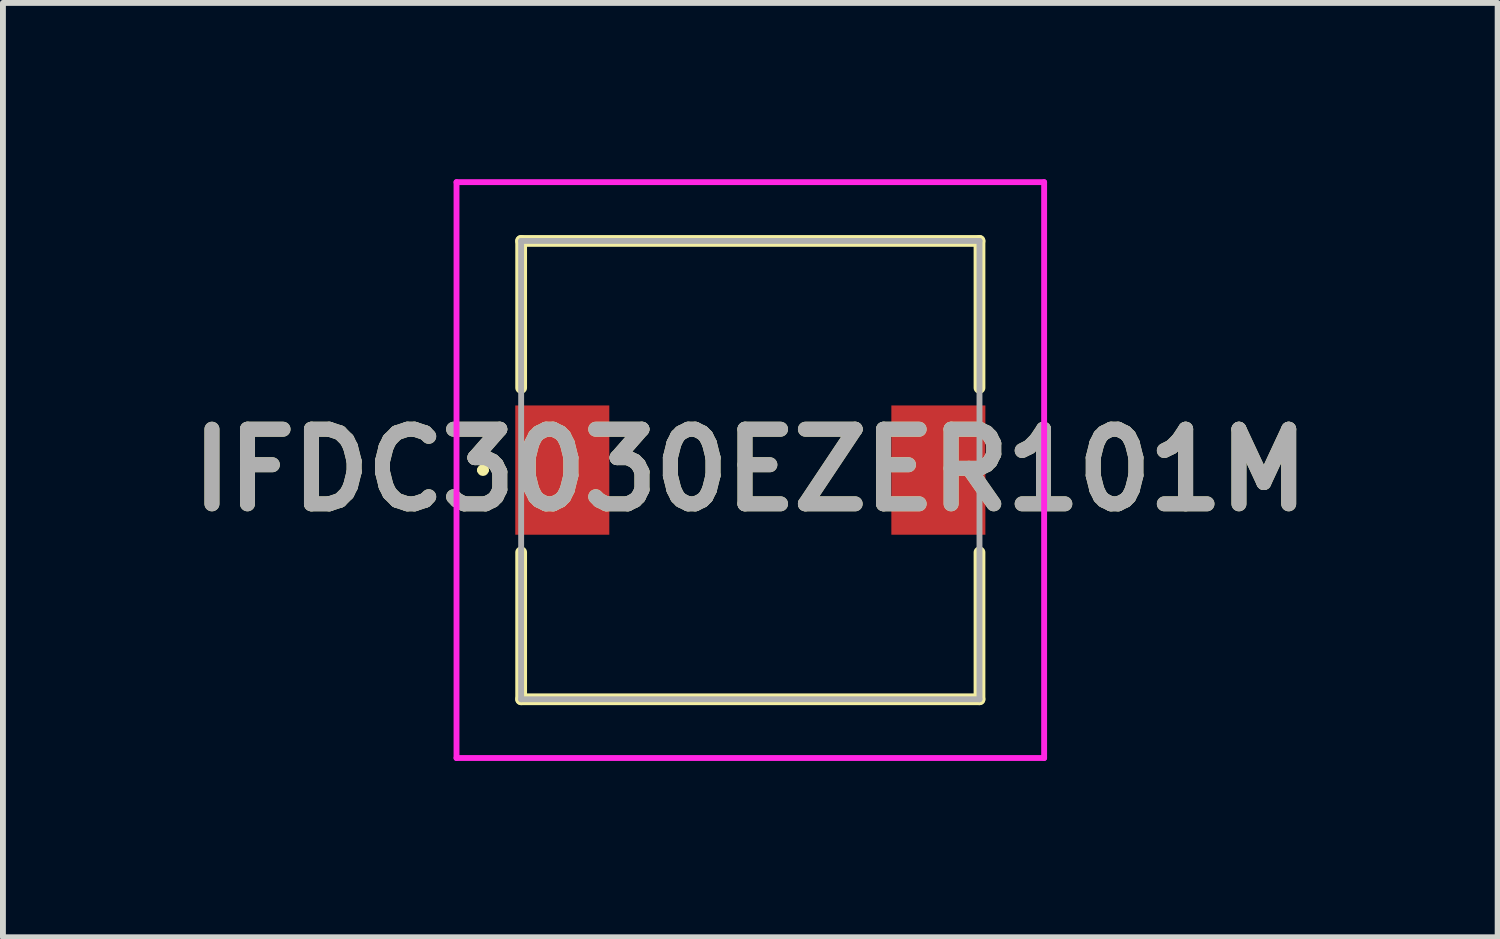
<source format=kicad_pcb>
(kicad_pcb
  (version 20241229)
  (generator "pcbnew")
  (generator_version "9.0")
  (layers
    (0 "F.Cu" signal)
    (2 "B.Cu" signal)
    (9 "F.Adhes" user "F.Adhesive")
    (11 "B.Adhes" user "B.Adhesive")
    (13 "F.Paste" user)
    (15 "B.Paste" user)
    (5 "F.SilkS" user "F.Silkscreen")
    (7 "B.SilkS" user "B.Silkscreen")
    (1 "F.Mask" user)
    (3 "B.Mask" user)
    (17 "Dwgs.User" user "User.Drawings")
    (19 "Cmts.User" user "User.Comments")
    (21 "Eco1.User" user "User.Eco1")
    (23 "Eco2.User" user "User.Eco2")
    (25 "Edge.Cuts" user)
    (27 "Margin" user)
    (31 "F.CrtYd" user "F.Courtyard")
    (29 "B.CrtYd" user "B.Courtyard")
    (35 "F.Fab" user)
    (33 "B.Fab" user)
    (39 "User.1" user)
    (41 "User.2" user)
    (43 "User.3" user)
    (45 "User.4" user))
  (footprint "IFDC3030EZER101M"
    (layer "F.Cu")
    (at 9.719 4.95)
    (property "Reference" "IFDC3030EZER101M" (at 0 0 0) (layer "F.SilkS") (effects (font (size 1.27 1.27) (thickness 0.254))))
    (attr smd)
    (fp_line (start -4.6 0) (end -4.6 0) (stroke (width 0.1) (type solid)) (layer "F.SilkS"))
    (fp_line (start -4.5 0) (end -4.5 0) (stroke (width 0.1) (type solid)) (layer "F.SilkS"))
    (fp_line (start -3.9 -3.9) (end 3.9 -3.9) (stroke (width 0.2) (type solid)) (layer "F.SilkS"))
    (fp_line (start -3.9 -1.4) (end -3.9 -3.9) (stroke (width 0.2) (type solid)) (layer "F.SilkS"))
    (fp_line (start -3.9 3.9) (end -3.9 1.4) (stroke (width 0.2) (type solid)) (layer "F.SilkS"))
    (fp_line (start 3.9 -3.9) (end 3.9 -1.4) (stroke (width 0.2) (type solid)) (layer "F.SilkS"))
    (fp_line (start 3.9 1.4) (end 3.9 3.9) (stroke (width 0.2) (type solid)) (layer "F.SilkS"))
    (fp_line (start 3.9 3.9) (end -3.9 3.9) (stroke (width 0.2) (type solid)) (layer "F.SilkS"))
    (fp_arc (start -4.6 0) (mid -4.55 -0.05) (end -4.5 0) (stroke (width 0.1) (type solid)) (layer "F.SilkS"))
    (fp_arc (start -4.5 0) (mid -4.55 0.05) (end -4.6 0) (stroke (width 0.1) (type solid)) (layer "F.SilkS"))
    (fp_line (start -5 -4.9) (end 5 -4.9) (stroke (width 0.1) (type solid)) (layer "F.CrtYd"))
    (fp_line (start -5 4.9) (end -5 -4.9) (stroke (width 0.1) (type solid)) (layer "F.CrtYd"))
    (fp_line (start 5 -4.9) (end 5 4.9) (stroke (width 0.1) (type solid)) (layer "F.CrtYd"))
    (fp_line (start 5 4.9) (end -5 4.9) (stroke (width 0.1) (type solid)) (layer "F.CrtYd"))
    (fp_line (start -3.9 -3.9) (end 3.9 -3.9) (stroke (width 0.1) (type solid)) (layer "F.Fab"))
    (fp_line (start -3.9 3.9) (end -3.9 -3.9) (stroke (width 0.1) (type solid)) (layer "F.Fab"))
    (fp_line (start 3.9 -3.9) (end 3.9 3.9) (stroke (width 0.1) (type solid)) (layer "F.Fab"))
    (fp_line (start 3.9 3.9) (end -3.9 3.9) (stroke (width 0.1) (type solid)) (layer "F.Fab"))
    (fp_text user "${REFERENCE}" (at 0 0 0) (layer "F.Fab") (effects (font (size 1.27 1.27) (thickness 0.254))))
    (pad "1" smd rect (at -3.2 0) (size 1.6 2.2) (layers "F.Cu" "F.Mask" "F.Paste"))
    (pad "2" smd rect (at 3.2 0) (size 1.6 2.2) (layers "F.Cu" "F.Mask" "F.Paste")))
  (gr_rect
    (start -3 -3)
    (end 22.437 12.9)
    (stroke (width 0.1) (type default))
    (fill no)
    (layer "Edge.Cuts")))
</source>
